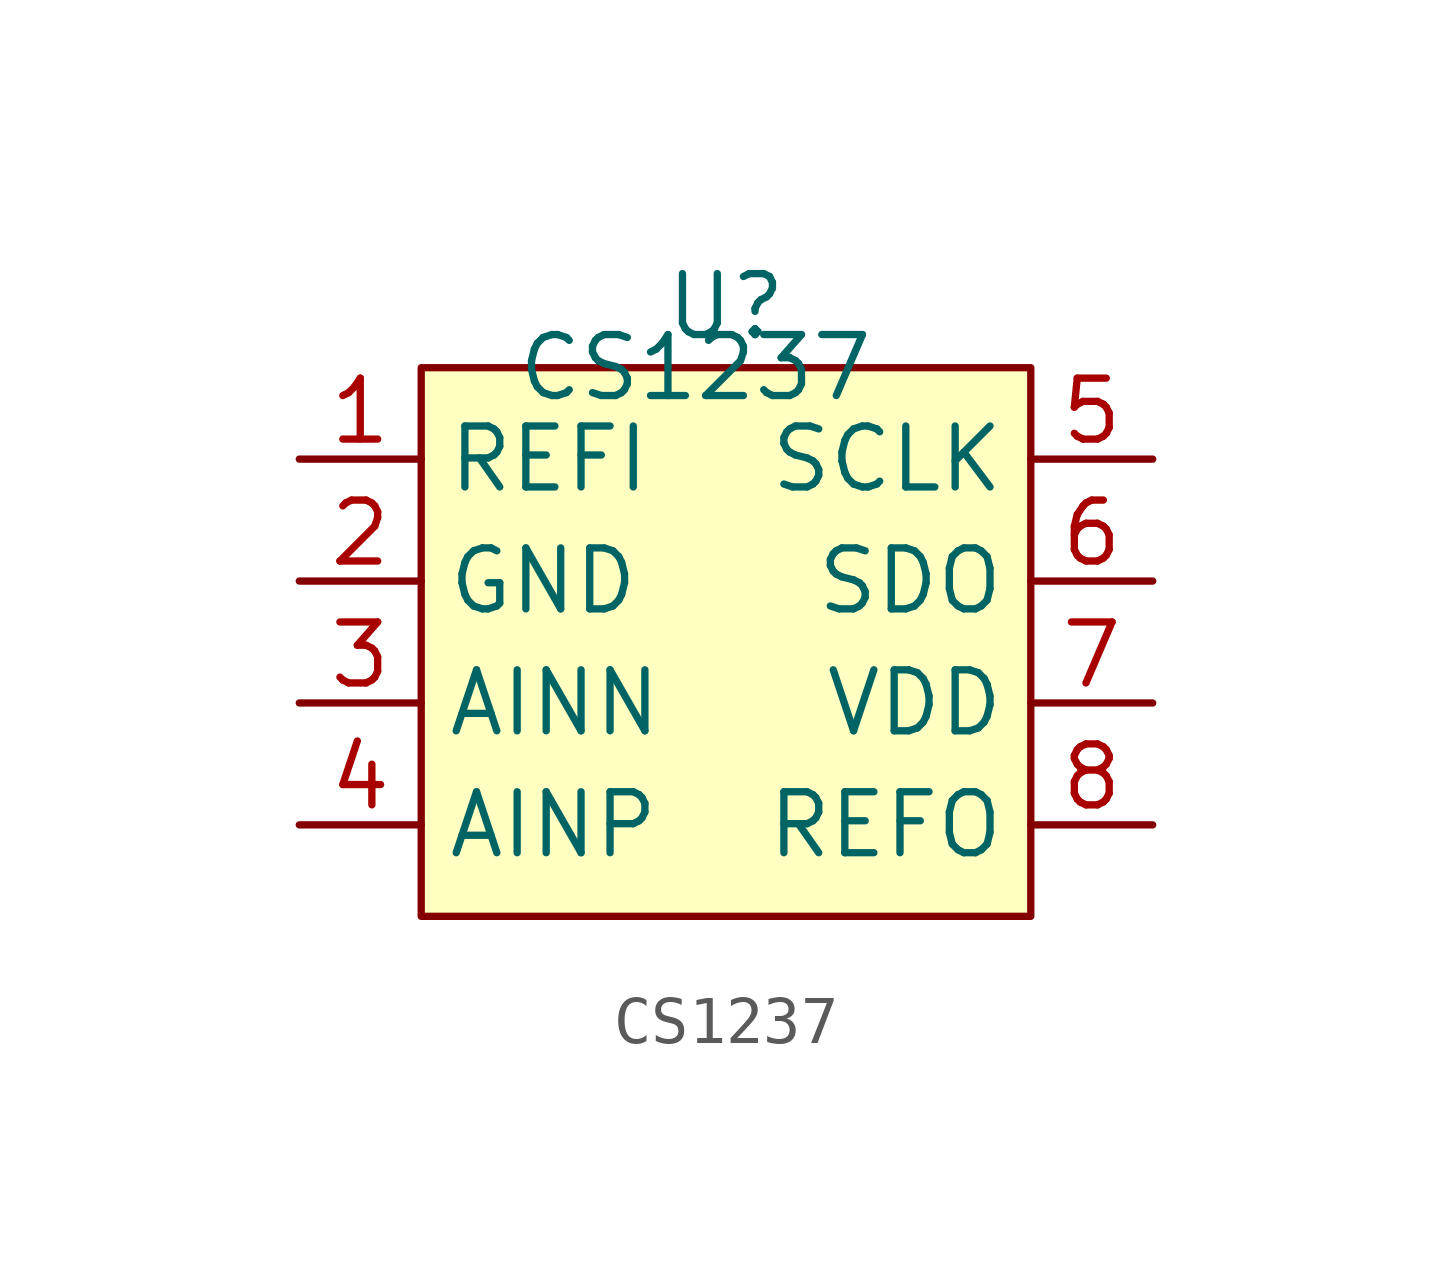
<source format=kicad_sym>
(kicad_symbol_lib
  (version 20220914)
  (generator kicad_symbol_editor)
  (symbol "CS1237"
    (property "Reference" "U"
      (at 0 1.27 0)
      (effects (font (size 1.27 1.27))))
    (property "Value" "CS1237"
      (at -0.635 0 0)
      (effects (font (size 1.27 1.27))))
    (symbol "CS1237_1_1"
      (rectangle (start -6.35 0) (end 6.35 -11.43) (stroke (width 0) (type default)) (fill (type background)))
      (pin input line (at -8.89 -1.905 0) (length 2.54) (name "REFI" (effects (font (size 1.27 1.27)))) (number "1" (effects (font (size 1.27 1.27)))))
      (pin power_in line (at -8.89 -4.445 0) (length 2.54) (name "GND" (effects (font (size 1.27 1.27)))) (number "2" (effects (font (size 1.27 1.27)))))
      (pin input line (at -8.89 -6.985 0) (length 2.54) (name "AINN" (effects (font (size 1.27 1.27)))) (number "3" (effects (font (size 1.27 1.27)))))
      (pin input line (at -8.89 -9.525 0) (length 2.54) (name "AINP" (effects (font (size 1.27 1.27)))) (number "4" (effects (font (size 1.27 1.27)))))
      (pin input line (at 8.89 -1.905 180) (length 2.54) (name "SCLK" (effects (font (size 1.27 1.27)))) (number "5" (effects (font (size 1.27 1.27)))))
      (pin bidirectional line (at 8.89 -4.445 180) (length 2.54) (name "SDO" (effects (font (size 1.27 1.27)))) (number "6" (effects (font (size 1.27 1.27)))))
      (pin power_in line (at 8.89 -6.985 180) (length 2.54) (name "VDD" (effects (font (size 1.27 1.27)))) (number "7" (effects (font (size 1.27 1.27)))))
      (pin output line (at 8.89 -9.525 180) (length 2.54) (name "REFO" (effects (font (size 1.27 1.27)))) (number "8" (effects (font (size 1.27 1.27))))))))
</source>
